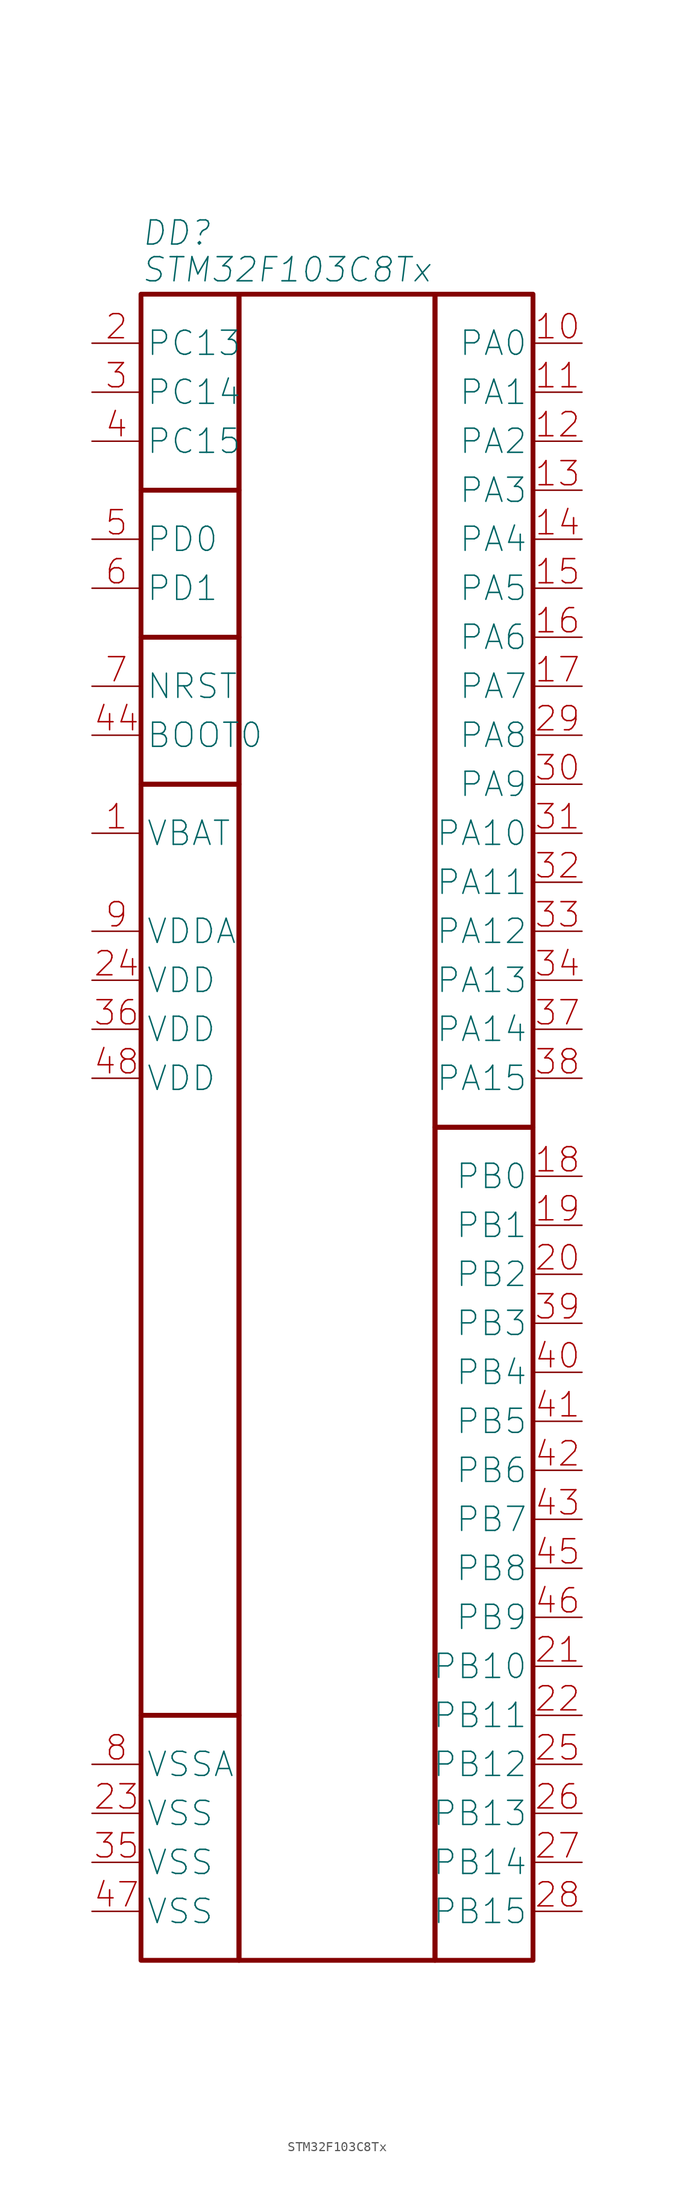
<source format=kicad_sym>
(kicad_symbol_lib
  (version 20231120)
  (generator "kicad_symbol_editor")
  (generator_version "8.0")
  (symbol "STM32F103C8Tx"
    (property "Reference" "DD"
      (at -20.32 6.35 0)
      (effects (font (size 2.5 2.5) (italic yes)) (justify left)))
    (property "Value" "STM32F103C8Tx"
      (at -20.32 2.54 0)
      (effects (font (size 2.5 2.5) (italic yes)) (justify left)))
    (symbol "STM32F103C8Tx_1_1"
      (rectangle (start -20.32 -147.32) (end -10.16 -172.72) (stroke (width 0.5) (type default)) (fill (type none)))
      (rectangle (start -20.32 -50.8) (end -10.16 -147.32) (stroke (width 0.5) (type default)) (fill (type none)))
      (rectangle (start -20.32 -35.56) (end -10.16 -50.8) (stroke (width 0.5) (type default)) (fill (type none)))
      (rectangle (start -20.32 -20.32) (end -10.16 -35.56) (stroke (width 0.5) (type default)) (fill (type none)))
      (rectangle (start -20.32 0) (end -10.16 -20.32) (stroke (width 0.5) (type default)) (fill (type none)))
      (rectangle (start -10.16 0) (end 10.16 -172.72) (stroke (width 0.5) (type default)) (fill (type none)))
      (rectangle (start 10.16 -172.72) (end 20.32 -86.36) (stroke (width 0.5) (type default)) (fill (type none)))
      (rectangle (start 10.16 0) (end 20.32 -86.36) (stroke (width 0.5) (type default)) (fill (type none)))
      (pin power_in line (at -25.4 -55.88 0) (length 5.08) (name "VBAT" (effects (font (size 2.5 2.5)))) (number "1" (effects (font (size 2.5 2.5)))))
      (pin bidirectional line (at 25.4 -5.08 180) (length 5.08) (name "PA0" (effects (font (size 2.5 2.5)))) (number "10" (effects (font (size 2.5 2.5)))) (alternate "ADC1_IN0" bidirectional line) (alternate "ADC2_IN0" bidirectional line) (alternate "SYS_WKUP" bidirectional line) (alternate "TIM2_CH1" bidirectional line) (alternate "TIM2_ETR" bidirectional line) (alternate "USART2_CTS" bidirectional line))
      (pin bidirectional line (at 25.4 -10.16 180) (length 5.08) (name "PA1" (effects (font (size 2.5 2.5)))) (number "11" (effects (font (size 2.5 2.5)))) (alternate "ADC1_IN1" bidirectional line) (alternate "ADC2_IN1" bidirectional line) (alternate "TIM2_CH2" bidirectional line) (alternate "USART2_RTS" bidirectional line))
      (pin bidirectional line (at 25.4 -15.24 180) (length 5.08) (name "PA2" (effects (font (size 2.5 2.5)))) (number "12" (effects (font (size 2.5 2.5)))) (alternate "ADC1_IN2" bidirectional line) (alternate "ADC2_IN2" bidirectional line) (alternate "TIM2_CH3" bidirectional line) (alternate "USART2_TX" bidirectional line))
      (pin bidirectional line (at 25.4 -20.32 180) (length 5.08) (name "PA3" (effects (font (size 2.5 2.5)))) (number "13" (effects (font (size 2.5 2.5)))) (alternate "ADC1_IN3" bidirectional line) (alternate "ADC2_IN3" bidirectional line) (alternate "TIM2_CH4" bidirectional line) (alternate "USART2_RX" bidirectional line))
      (pin bidirectional line (at 25.4 -25.4 180) (length 5.08) (name "PA4" (effects (font (size 2.5 2.5)))) (number "14" (effects (font (size 2.5 2.5)))) (alternate "ADC1_IN4" bidirectional line) (alternate "ADC2_IN4" bidirectional line) (alternate "SPI1_NSS" bidirectional line) (alternate "USART2_CK" bidirectional line))
      (pin bidirectional line (at 25.4 -30.48 180) (length 5.08) (name "PA5" (effects (font (size 2.5 2.5)))) (number "15" (effects (font (size 2.5 2.5)))) (alternate "ADC1_IN5" bidirectional line) (alternate "ADC2_IN5" bidirectional line) (alternate "SPI1_SCK" bidirectional line))
      (pin bidirectional line (at 25.4 -35.56 180) (length 5.08) (name "PA6" (effects (font (size 2.5 2.5)))) (number "16" (effects (font (size 2.5 2.5)))) (alternate "ADC1_IN6" bidirectional line) (alternate "ADC2_IN6" bidirectional line) (alternate "SPI1_MISO" bidirectional line) (alternate "TIM1_BKIN" bidirectional line) (alternate "TIM3_CH1" bidirectional line))
      (pin bidirectional line (at 25.4 -40.64 180) (length 5.08) (name "PA7" (effects (font (size 2.5 2.5)))) (number "17" (effects (font (size 2.5 2.5)))) (alternate "ADC1_IN7" bidirectional line) (alternate "ADC2_IN7" bidirectional line) (alternate "SPI1_MOSI" bidirectional line) (alternate "TIM1_CH1N" bidirectional line) (alternate "TIM3_CH2" bidirectional line))
      (pin bidirectional line (at 25.4 -91.44 180) (length 5.08) (name "PB0" (effects (font (size 2.5 2.5)))) (number "18" (effects (font (size 2.5 2.5)))) (alternate "ADC1_IN8" bidirectional line) (alternate "ADC2_IN8" bidirectional line) (alternate "TIM1_CH2N" bidirectional line) (alternate "TIM3_CH3" bidirectional line))
      (pin bidirectional line (at 25.4 -96.52 180) (length 5.08) (name "PB1" (effects (font (size 2.5 2.5)))) (number "19" (effects (font (size 2.5 2.5)))) (alternate "ADC1_IN9" bidirectional line) (alternate "ADC2_IN9" bidirectional line) (alternate "TIM1_CH3N" bidirectional line) (alternate "TIM3_CH4" bidirectional line))
      (pin bidirectional line (at -25.4 -5.08 0) (length 5.08) (name "PC13" (effects (font (size 2.5 2.5)))) (number "2" (effects (font (size 2.5 2.5)))) (alternate "RTC_OUT" bidirectional line) (alternate "RTC_TAMPER" bidirectional line))
      (pin bidirectional line (at 25.4 -101.6 180) (length 5.08) (name "PB2" (effects (font (size 2.5 2.5)))) (number "20" (effects (font (size 2.5 2.5)))))
      (pin bidirectional line (at 25.4 -142.24 180) (length 5.08) (name "PB10" (effects (font (size 2.5 2.5)))) (number "21" (effects (font (size 2.5 2.5)))) (alternate "I2C2_SCL" bidirectional line) (alternate "TIM2_CH3" bidirectional line) (alternate "USART3_TX" bidirectional line))
      (pin bidirectional line (at 25.4 -147.32 180) (length 5.08) (name "PB11" (effects (font (size 2.5 2.5)))) (number "22" (effects (font (size 2.5 2.5)))) (alternate "ADC1_EXTI11" bidirectional line) (alternate "ADC2_EXTI11" bidirectional line) (alternate "I2C2_SDA" bidirectional line) (alternate "TIM2_CH4" bidirectional line) (alternate "USART3_RX" bidirectional line))
      (pin power_in line (at -25.4 -157.48 0) (length 5.08) (name "VSS" (effects (font (size 2.5 2.5)))) (number "23" (effects (font (size 2.5 2.5)))))
      (pin power_in line (at -25.4 -71.12 0) (length 5.08) (name "VDD" (effects (font (size 2.5 2.5)))) (number "24" (effects (font (size 2.5 2.5)))))
      (pin bidirectional line (at 25.4 -152.4 180) (length 5.08) (name "PB12" (effects (font (size 2.5 2.5)))) (number "25" (effects (font (size 2.5 2.5)))) (alternate "I2C2_SMBA" bidirectional line) (alternate "SPI2_NSS" bidirectional line) (alternate "TIM1_BKIN" bidirectional line) (alternate "USART3_CK" bidirectional line))
      (pin bidirectional line (at 25.4 -157.48 180) (length 5.08) (name "PB13" (effects (font (size 2.5 2.5)))) (number "26" (effects (font (size 2.5 2.5)))) (alternate "SPI2_SCK" bidirectional line) (alternate "TIM1_CH1N" bidirectional line) (alternate "USART3_CTS" bidirectional line))
      (pin bidirectional line (at 25.4 -162.56 180) (length 5.08) (name "PB14" (effects (font (size 2.5 2.5)))) (number "27" (effects (font (size 2.5 2.5)))) (alternate "SPI2_MISO" bidirectional line) (alternate "TIM1_CH2N" bidirectional line) (alternate "USART3_RTS" bidirectional line))
      (pin bidirectional line (at 25.4 -167.64 180) (length 5.08) (name "PB15" (effects (font (size 2.5 2.5)))) (number "28" (effects (font (size 2.5 2.5)))) (alternate "ADC1_EXTI15" bidirectional line) (alternate "ADC2_EXTI15" bidirectional line) (alternate "SPI2_MOSI" bidirectional line) (alternate "TIM1_CH3N" bidirectional line))
      (pin bidirectional line (at 25.4 -45.72 180) (length 5.08) (name "PA8" (effects (font (size 2.5 2.5)))) (number "29" (effects (font (size 2.5 2.5)))) (alternate "RCC_MCO" bidirectional line) (alternate "TIM1_CH1" bidirectional line) (alternate "USART1_CK" bidirectional line))
      (pin bidirectional line (at -25.4 -10.16 0) (length 5.08) (name "PC14" (effects (font (size 2.5 2.5)))) (number "3" (effects (font (size 2.5 2.5)))) (alternate "RCC_OSC32_IN" bidirectional line))
      (pin bidirectional line (at 25.4 -50.8 180) (length 5.08) (name "PA9" (effects (font (size 2.5 2.5)))) (number "30" (effects (font (size 2.5 2.5)))) (alternate "TIM1_CH2" bidirectional line) (alternate "USART1_TX" bidirectional line))
      (pin bidirectional line (at 25.4 -55.88 180) (length 5.08) (name "PA10" (effects (font (size 2.5 2.5)))) (number "31" (effects (font (size 2.5 2.5)))) (alternate "TIM1_CH3" bidirectional line) (alternate "USART1_RX" bidirectional line))
      (pin bidirectional line (at 25.4 -60.96 180) (length 5.08) (name "PA11" (effects (font (size 2.5 2.5)))) (number "32" (effects (font (size 2.5 2.5)))) (alternate "ADC1_EXTI11" bidirectional line) (alternate "ADC2_EXTI11" bidirectional line) (alternate "CAN_RX" bidirectional line) (alternate "TIM1_CH4" bidirectional line) (alternate "USART1_CTS" bidirectional line) (alternate "USB_DM" bidirectional line))
      (pin bidirectional line (at 25.4 -66.04 180) (length 5.08) (name "PA12" (effects (font (size 2.5 2.5)))) (number "33" (effects (font (size 2.5 2.5)))) (alternate "CAN_TX" bidirectional line) (alternate "TIM1_ETR" bidirectional line) (alternate "USART1_RTS" bidirectional line) (alternate "USB_DP" bidirectional line))
      (pin bidirectional line (at 25.4 -71.12 180) (length 5.08) (name "PA13" (effects (font (size 2.5 2.5)))) (number "34" (effects (font (size 2.5 2.5)))) (alternate "SYS_JTMS-SWDIO" bidirectional line))
      (pin passive line (at -25.4 -162.56 0) (length 5.08) (name "VSS" (effects (font (size 2.5 2.5)))) (number "35" (effects (font (size 2.5 2.5)))))
      (pin power_in line (at -25.4 -76.2 0) (length 5.08) (name "VDD" (effects (font (size 2.5 2.5)))) (number "36" (effects (font (size 2.5 2.5)))))
      (pin bidirectional line (at 25.4 -76.2 180) (length 5.08) (name "PA14" (effects (font (size 2.5 2.5)))) (number "37" (effects (font (size 2.5 2.5)))) (alternate "SYS_JTCK-SWCLK" bidirectional line))
      (pin bidirectional line (at 25.4 -81.28 180) (length 5.08) (name "PA15" (effects (font (size 2.5 2.5)))) (number "38" (effects (font (size 2.5 2.5)))) (alternate "ADC1_EXTI15" bidirectional line) (alternate "ADC2_EXTI15" bidirectional line) (alternate "SPI1_NSS" bidirectional line) (alternate "SYS_JTDI" bidirectional line) (alternate "TIM2_CH1" bidirectional line) (alternate "TIM2_ETR" bidirectional line))
      (pin bidirectional line (at 25.4 -106.68 180) (length 5.08) (name "PB3" (effects (font (size 2.5 2.5)))) (number "39" (effects (font (size 2.5 2.5)))) (alternate "SPI1_SCK" bidirectional line) (alternate "SYS_JTDO-TRACESWO" bidirectional line) (alternate "TIM2_CH2" bidirectional line))
      (pin bidirectional line (at -25.4 -15.24 0) (length 5.08) (name "PC15" (effects (font (size 2.5 2.5)))) (number "4" (effects (font (size 2.5 2.5)))) (alternate "ADC1_EXTI15" bidirectional line) (alternate "ADC2_EXTI15" bidirectional line) (alternate "RCC_OSC32_OUT" bidirectional line))
      (pin bidirectional line (at 25.4 -111.76 180) (length 5.08) (name "PB4" (effects (font (size 2.5 2.5)))) (number "40" (effects (font (size 2.5 2.5)))) (alternate "SPI1_MISO" bidirectional line) (alternate "SYS_NJTRST" bidirectional line) (alternate "TIM3_CH1" bidirectional line))
      (pin bidirectional line (at 25.4 -116.84 180) (length 5.08) (name "PB5" (effects (font (size 2.5 2.5)))) (number "41" (effects (font (size 2.5 2.5)))) (alternate "I2C1_SMBA" bidirectional line) (alternate "SPI1_MOSI" bidirectional line) (alternate "TIM3_CH2" bidirectional line))
      (pin bidirectional line (at 25.4 -121.92 180) (length 5.08) (name "PB6" (effects (font (size 2.5 2.5)))) (number "42" (effects (font (size 2.5 2.5)))) (alternate "I2C1_SCL" bidirectional line) (alternate "TIM4_CH1" bidirectional line) (alternate "USART1_TX" bidirectional line))
      (pin bidirectional line (at 25.4 -127 180) (length 5.08) (name "PB7" (effects (font (size 2.5 2.5)))) (number "43" (effects (font (size 2.5 2.5)))) (alternate "I2C1_SDA" bidirectional line) (alternate "TIM4_CH2" bidirectional line) (alternate "USART1_RX" bidirectional line))
      (pin passive line (at -25.4 -45.72 0) (length 5.08) (name "BOOT0" (effects (font (size 2.5 2.5)))) (number "44" (effects (font (size 2.5 2.5)))))
      (pin bidirectional line (at 25.4 -132.08 180) (length 5.08) (name "PB8" (effects (font (size 2.5 2.5)))) (number "45" (effects (font (size 2.5 2.5)))) (alternate "CAN_RX" bidirectional line) (alternate "I2C1_SCL" bidirectional line) (alternate "TIM4_CH3" bidirectional line))
      (pin bidirectional line (at 25.4 -137.16 180) (length 5.08) (name "PB9" (effects (font (size 2.5 2.5)))) (number "46" (effects (font (size 2.5 2.5)))) (alternate "CAN_TX" bidirectional line) (alternate "I2C1_SDA" bidirectional line) (alternate "TIM4_CH4" bidirectional line))
      (pin passive line (at -25.4 -167.64 0) (length 5.08) (name "VSS" (effects (font (size 2.5 2.5)))) (number "47" (effects (font (size 2.5 2.5)))))
      (pin power_in line (at -25.4 -81.28 0) (length 5.08) (name "VDD" (effects (font (size 2.5 2.5)))) (number "48" (effects (font (size 2.5 2.5)))))
      (pin bidirectional line (at -25.4 -25.4 0) (length 5.08) (name "PD0" (effects (font (size 2.5 2.5)))) (number "5" (effects (font (size 2.5 2.5)))) (alternate "RCC_OSC_IN" bidirectional line))
      (pin bidirectional line (at -25.4 -30.48 0) (length 5.08) (name "PD1" (effects (font (size 2.5 2.5)))) (number "6" (effects (font (size 2.5 2.5)))) (alternate "RCC_OSC_OUT" bidirectional line))
      (pin input line (at -25.4 -40.64 0) (length 5.08) (name "NRST" (effects (font (size 2.5 2.5)))) (number "7" (effects (font (size 2.5 2.5)))))
      (pin power_in line (at -25.4 -152.4 0) (length 5.08) (name "VSSA" (effects (font (size 2.5 2.5)))) (number "8" (effects (font (size 2.5 2.5)))))
      (pin power_in line (at -25.4 -66.04 0) (length 5.08) (name "VDDA" (effects (font (size 2.5 2.5)))) (number "9" (effects (font (size 2.5 2.5))))))))
</source>
